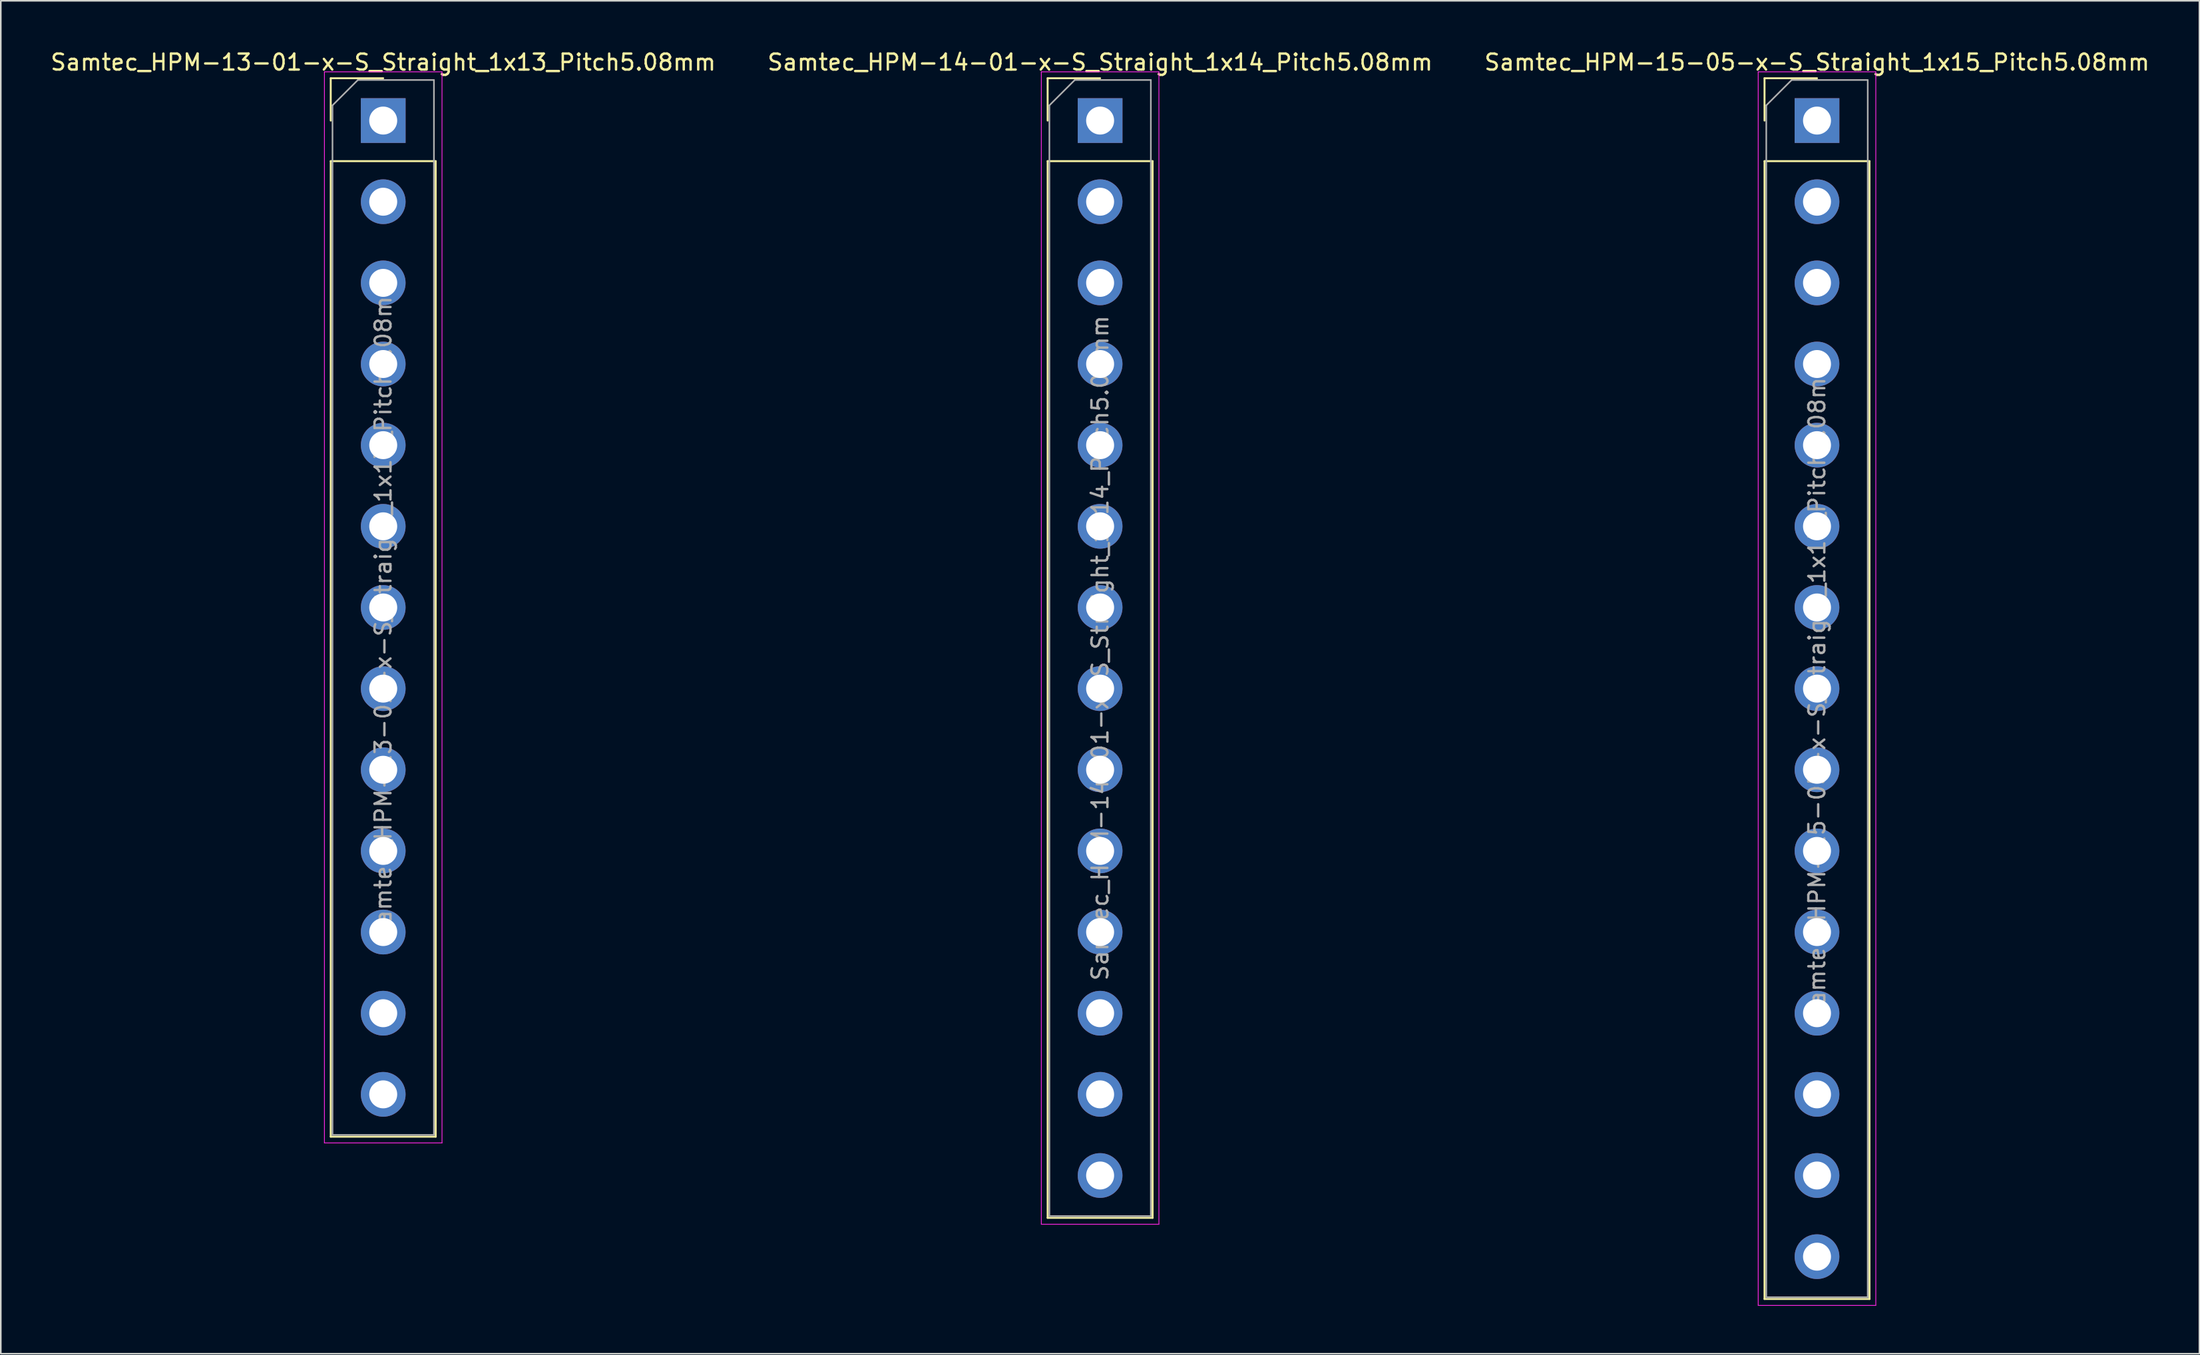
<source format=kicad_pcb>
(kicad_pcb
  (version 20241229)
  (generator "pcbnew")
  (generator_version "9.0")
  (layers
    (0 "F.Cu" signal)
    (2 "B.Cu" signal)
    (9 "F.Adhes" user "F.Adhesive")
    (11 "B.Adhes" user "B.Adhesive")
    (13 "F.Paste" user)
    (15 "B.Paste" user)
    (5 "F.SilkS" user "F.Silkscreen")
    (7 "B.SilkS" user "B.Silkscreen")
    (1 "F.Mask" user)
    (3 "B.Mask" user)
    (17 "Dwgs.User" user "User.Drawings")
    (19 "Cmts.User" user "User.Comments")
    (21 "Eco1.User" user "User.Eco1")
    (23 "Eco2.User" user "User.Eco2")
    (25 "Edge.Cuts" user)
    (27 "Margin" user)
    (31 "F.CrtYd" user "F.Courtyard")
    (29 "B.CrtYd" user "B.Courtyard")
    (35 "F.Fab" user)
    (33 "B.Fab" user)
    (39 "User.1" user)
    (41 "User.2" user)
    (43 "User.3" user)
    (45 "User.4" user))
  (footprint "Samtec_HPM-13-01-x-S_Straight_1x13_Pitch5.08mm"
    (layer "F.Cu")
    (at 20.935 4.498)
    (property "Reference" "Samtec_HPM-13-01-x-S_Straight_1x13_Pitch5.08mm" (at 0 -3.65 0) (layer "F.SilkS") (effects (font (size 1 1) (thickness 0.15))))
    (attr through_hole)
    (fp_line (start -3.285 -2.65) (end 0 -2.65) (stroke (width 0.12) (type solid)) (layer "F.SilkS"))
    (fp_line (start -3.285 0) (end -3.285 -2.65) (stroke (width 0.12) (type solid)) (layer "F.SilkS"))
    (fp_line (start -3.285 2.54) (end -3.285 63.61) (stroke (width 0.12) (type solid)) (layer "F.SilkS"))
    (fp_line (start -3.285 2.54) (end 3.285 2.54) (stroke (width 0.12) (type solid)) (layer "F.SilkS"))
    (fp_line (start -3.285 63.61) (end 3.285 63.61) (stroke (width 0.12) (type solid)) (layer "F.SilkS"))
    (fp_line (start 3.285 2.54) (end 3.285 63.61) (stroke (width 0.12) (type solid)) (layer "F.SilkS"))
    (fp_line (start -3.68 -3.05) (end -3.68 64) (stroke (width 0.05) (type solid)) (layer "F.CrtYd"))
    (fp_line (start -3.68 64) (end 3.68 64) (stroke (width 0.05) (type solid)) (layer "F.CrtYd"))
    (fp_line (start 3.68 -3.05) (end -3.68 -3.05) (stroke (width 0.05) (type solid)) (layer "F.CrtYd"))
    (fp_line (start 3.68 64) (end 3.68 -3.05) (stroke (width 0.05) (type solid)) (layer "F.CrtYd"))
    (fp_line (start -3.175 -0.953) (end -1.587 -2.54) (stroke (width 0.1) (type solid)) (layer "F.Fab"))
    (fp_line (start -3.175 63.5) (end -3.175 -0.953) (stroke (width 0.1) (type solid)) (layer "F.Fab"))
    (fp_line (start -1.587 -2.54) (end 3.175 -2.54) (stroke (width 0.1) (type solid)) (layer "F.Fab"))
    (fp_line (start 3.175 -2.54) (end 3.175 63.5) (stroke (width 0.1) (type solid)) (layer "F.Fab"))
    (fp_line (start 3.175 63.5) (end -3.175 63.5) (stroke (width 0.1) (type solid)) (layer "F.Fab"))
    (fp_text user "${REFERENCE}" (at 0 30.48 90) (layer "F.Fab") (effects (font (size 1 1) (thickness 0.15))))
    (pad "1" thru_hole rect (at 0 0) (size 2.8 2.8) (drill 1.75) (layers "*.Cu" "*.Mask"))
    (pad "2" thru_hole circle (at 0 5.08) (size 2.8 2.8) (drill 1.75) (layers "*.Cu" "*.Mask"))
    (pad "3" thru_hole circle (at 0 10.16) (size 2.8 2.8) (drill 1.75) (layers "*.Cu" "*.Mask"))
    (pad "4" thru_hole circle (at 0 15.24) (size 2.8 2.8) (drill 1.75) (layers "*.Cu" "*.Mask"))
    (pad "5" thru_hole circle (at 0 20.32) (size 2.8 2.8) (drill 1.75) (layers "*.Cu" "*.Mask"))
    (pad "6" thru_hole circle (at 0 25.4) (size 2.8 2.8) (drill 1.75) (layers "*.Cu" "*.Mask"))
    (pad "7" thru_hole circle (at 0 30.48) (size 2.8 2.8) (drill 1.75) (layers "*.Cu" "*.Mask"))
    (pad "8" thru_hole circle (at 0 35.56) (size 2.8 2.8) (drill 1.75) (layers "*.Cu" "*.Mask"))
    (pad "9" thru_hole circle (at 0 40.64) (size 2.8 2.8) (drill 1.75) (layers "*.Cu" "*.Mask"))
    (pad "10" thru_hole circle (at 0 45.72) (size 2.8 2.8) (drill 1.75) (layers "*.Cu" "*.Mask"))
    (pad "11" thru_hole circle (at 0 50.8) (size 2.8 2.8) (drill 1.75) (layers "*.Cu" "*.Mask"))
    (pad "12" thru_hole circle (at 0 55.88) (size 2.8 2.8) (drill 1.75) (layers "*.Cu" "*.Mask"))
    (pad "13" thru_hole circle (at 0 60.96) (size 2.8 2.8) (drill 1.75) (layers "*.Cu" "*.Mask")))
  (footprint "Samtec_HPM-15-05-x-S_Straight_1x15_Pitch5.08mm"
    (layer "F.Cu")
    (at 110.673 4.498)
    (property "Reference" "Samtec_HPM-15-05-x-S_Straight_1x15_Pitch5.08mm" (at 0 -3.65 0) (layer "F.SilkS") (effects (font (size 1 1) (thickness 0.15))))
    (attr through_hole)
    (fp_line (start -3.285 -2.65) (end 0 -2.65) (stroke (width 0.12) (type solid)) (layer "F.SilkS"))
    (fp_line (start -3.285 0) (end -3.285 -2.65) (stroke (width 0.12) (type solid)) (layer "F.SilkS"))
    (fp_line (start -3.285 2.54) (end -3.285 73.77) (stroke (width 0.12) (type solid)) (layer "F.SilkS"))
    (fp_line (start -3.285 2.54) (end 3.285 2.54) (stroke (width 0.12) (type solid)) (layer "F.SilkS"))
    (fp_line (start -3.285 73.77) (end 3.285 73.77) (stroke (width 0.12) (type solid)) (layer "F.SilkS"))
    (fp_line (start 3.285 2.54) (end 3.285 73.77) (stroke (width 0.12) (type solid)) (layer "F.SilkS"))
    (fp_line (start -3.68 -3.05) (end -3.68 74.17) (stroke (width 0.05) (type solid)) (layer "F.CrtYd"))
    (fp_line (start -3.68 74.17) (end 3.68 74.17) (stroke (width 0.05) (type solid)) (layer "F.CrtYd"))
    (fp_line (start 3.68 -3.05) (end -3.68 -3.05) (stroke (width 0.05) (type solid)) (layer "F.CrtYd"))
    (fp_line (start 3.68 74.17) (end 3.68 -3.05) (stroke (width 0.05) (type solid)) (layer "F.CrtYd"))
    (fp_line (start -3.175 -0.953) (end -1.587 -2.54) (stroke (width 0.1) (type solid)) (layer "F.Fab"))
    (fp_line (start -3.175 73.66) (end -3.175 -0.953) (stroke (width 0.1) (type solid)) (layer "F.Fab"))
    (fp_line (start -1.587 -2.54) (end 3.175 -2.54) (stroke (width 0.1) (type solid)) (layer "F.Fab"))
    (fp_line (start 3.175 -2.54) (end 3.175 73.66) (stroke (width 0.1) (type solid)) (layer "F.Fab"))
    (fp_line (start 3.175 73.66) (end -3.175 73.66) (stroke (width 0.1) (type solid)) (layer "F.Fab"))
    (fp_text user "${REFERENCE}" (at 0 35.56 90) (layer "F.Fab") (effects (font (size 1 1) (thickness 0.15))))
    (pad "1" thru_hole rect (at 0 0) (size 2.8 2.8) (drill 1.75) (layers "*.Cu" "*.Mask"))
    (pad "2" thru_hole circle (at 0 5.08) (size 2.8 2.8) (drill 1.75) (layers "*.Cu" "*.Mask"))
    (pad "3" thru_hole circle (at 0 10.16) (size 2.8 2.8) (drill 1.75) (layers "*.Cu" "*.Mask"))
    (pad "4" thru_hole circle (at 0 15.24) (size 2.8 2.8) (drill 1.75) (layers "*.Cu" "*.Mask"))
    (pad "5" thru_hole circle (at 0 20.32) (size 2.8 2.8) (drill 1.75) (layers "*.Cu" "*.Mask"))
    (pad "6" thru_hole circle (at 0 25.4) (size 2.8 2.8) (drill 1.75) (layers "*.Cu" "*.Mask"))
    (pad "7" thru_hole circle (at 0 30.48) (size 2.8 2.8) (drill 1.75) (layers "*.Cu" "*.Mask"))
    (pad "8" thru_hole circle (at 0 35.56) (size 2.8 2.8) (drill 1.75) (layers "*.Cu" "*.Mask"))
    (pad "9" thru_hole circle (at 0 40.64) (size 2.8 2.8) (drill 1.75) (layers "*.Cu" "*.Mask"))
    (pad "10" thru_hole circle (at 0 45.72) (size 2.8 2.8) (drill 1.75) (layers "*.Cu" "*.Mask"))
    (pad "11" thru_hole circle (at 0 50.8) (size 2.8 2.8) (drill 1.75) (layers "*.Cu" "*.Mask"))
    (pad "12" thru_hole circle (at 0 55.88) (size 2.8 2.8) (drill 1.75) (layers "*.Cu" "*.Mask"))
    (pad "13" thru_hole circle (at 0 60.96) (size 2.8 2.8) (drill 1.75) (layers "*.Cu" "*.Mask"))
    (pad "14" thru_hole circle (at 0 66.04) (size 2.8 2.8) (drill 1.75) (layers "*.Cu" "*.Mask"))
    (pad "15" thru_hole circle (at 0 71.12) (size 2.8 2.8) (drill 1.75) (layers "*.Cu" "*.Mask")))
  (footprint "Samtec_HPM-14-01-x-S_Straight_1x14_Pitch5.08mm"
    (layer "F.Cu")
    (at 65.804 4.498)
    (property "Reference" "Samtec_HPM-14-01-x-S_Straight_1x14_Pitch5.08mm" (at 0 -3.65 0) (layer "F.SilkS") (effects (font (size 1 1) (thickness 0.15))))
    (attr through_hole)
    (fp_line (start -3.285 -2.65) (end 0 -2.65) (stroke (width 0.12) (type solid)) (layer "F.SilkS"))
    (fp_line (start -3.285 0) (end -3.285 -2.65) (stroke (width 0.12) (type solid)) (layer "F.SilkS"))
    (fp_line (start -3.285 2.54) (end -3.285 68.69) (stroke (width 0.12) (type solid)) (layer "F.SilkS"))
    (fp_line (start -3.285 2.54) (end 3.285 2.54) (stroke (width 0.12) (type solid)) (layer "F.SilkS"))
    (fp_line (start -3.285 68.69) (end 3.285 68.69) (stroke (width 0.12) (type solid)) (layer "F.SilkS"))
    (fp_line (start 3.285 2.54) (end 3.285 68.69) (stroke (width 0.12) (type solid)) (layer "F.SilkS"))
    (fp_line (start -3.68 -3.05) (end -3.68 69.09) (stroke (width 0.05) (type solid)) (layer "F.CrtYd"))
    (fp_line (start -3.68 69.09) (end 3.68 69.09) (stroke (width 0.05) (type solid)) (layer "F.CrtYd"))
    (fp_line (start 3.68 -3.05) (end -3.68 -3.05) (stroke (width 0.05) (type solid)) (layer "F.CrtYd"))
    (fp_line (start 3.68 69.09) (end 3.68 -3.05) (stroke (width 0.05) (type solid)) (layer "F.CrtYd"))
    (fp_line (start -3.175 -0.953) (end -1.587 -2.54) (stroke (width 0.1) (type solid)) (layer "F.Fab"))
    (fp_line (start -3.175 68.58) (end -3.175 -0.953) (stroke (width 0.1) (type solid)) (layer "F.Fab"))
    (fp_line (start -1.587 -2.54) (end 3.175 -2.54) (stroke (width 0.1) (type solid)) (layer "F.Fab"))
    (fp_line (start 3.175 -2.54) (end 3.175 68.58) (stroke (width 0.1) (type solid)) (layer "F.Fab"))
    (fp_line (start 3.175 68.58) (end -3.175 68.58) (stroke (width 0.1) (type solid)) (layer "F.Fab"))
    (fp_text user "${REFERENCE}" (at 0 33.02 90) (layer "F.Fab") (effects (font (size 1 1) (thickness 0.15))))
    (pad "1" thru_hole rect (at 0 0) (size 2.8 2.8) (drill 1.75) (layers "*.Cu" "*.Mask"))
    (pad "2" thru_hole circle (at 0 5.08) (size 2.8 2.8) (drill 1.75) (layers "*.Cu" "*.Mask"))
    (pad "3" thru_hole circle (at 0 10.16) (size 2.8 2.8) (drill 1.75) (layers "*.Cu" "*.Mask"))
    (pad "4" thru_hole circle (at 0 15.24) (size 2.8 2.8) (drill 1.75) (layers "*.Cu" "*.Mask"))
    (pad "5" thru_hole circle (at 0 20.32) (size 2.8 2.8) (drill 1.75) (layers "*.Cu" "*.Mask"))
    (pad "6" thru_hole circle (at 0 25.4) (size 2.8 2.8) (drill 1.75) (layers "*.Cu" "*.Mask"))
    (pad "7" thru_hole circle (at 0 30.48) (size 2.8 2.8) (drill 1.75) (layers "*.Cu" "*.Mask"))
    (pad "8" thru_hole circle (at 0 35.56) (size 2.8 2.8) (drill 1.75) (layers "*.Cu" "*.Mask"))
    (pad "9" thru_hole circle (at 0 40.64) (size 2.8 2.8) (drill 1.75) (layers "*.Cu" "*.Mask"))
    (pad "10" thru_hole circle (at 0 45.72) (size 2.8 2.8) (drill 1.75) (layers "*.Cu" "*.Mask"))
    (pad "11" thru_hole circle (at 0 50.8) (size 2.8 2.8) (drill 1.75) (layers "*.Cu" "*.Mask"))
    (pad "12" thru_hole circle (at 0 55.88) (size 2.8 2.8) (drill 1.75) (layers "*.Cu" "*.Mask"))
    (pad "13" thru_hole circle (at 0 60.96) (size 2.8 2.8) (drill 1.75) (layers "*.Cu" "*.Mask"))
    (pad "14" thru_hole circle (at 0 66.04) (size 2.8 2.8) (drill 1.75) (layers "*.Cu" "*.Mask")))
  (gr_rect
    (start -3 -3)
    (end 134.607 81.693)
    (stroke (width 0.1) (type default))
    (fill no)
    (layer "Edge.Cuts")))
</source>
